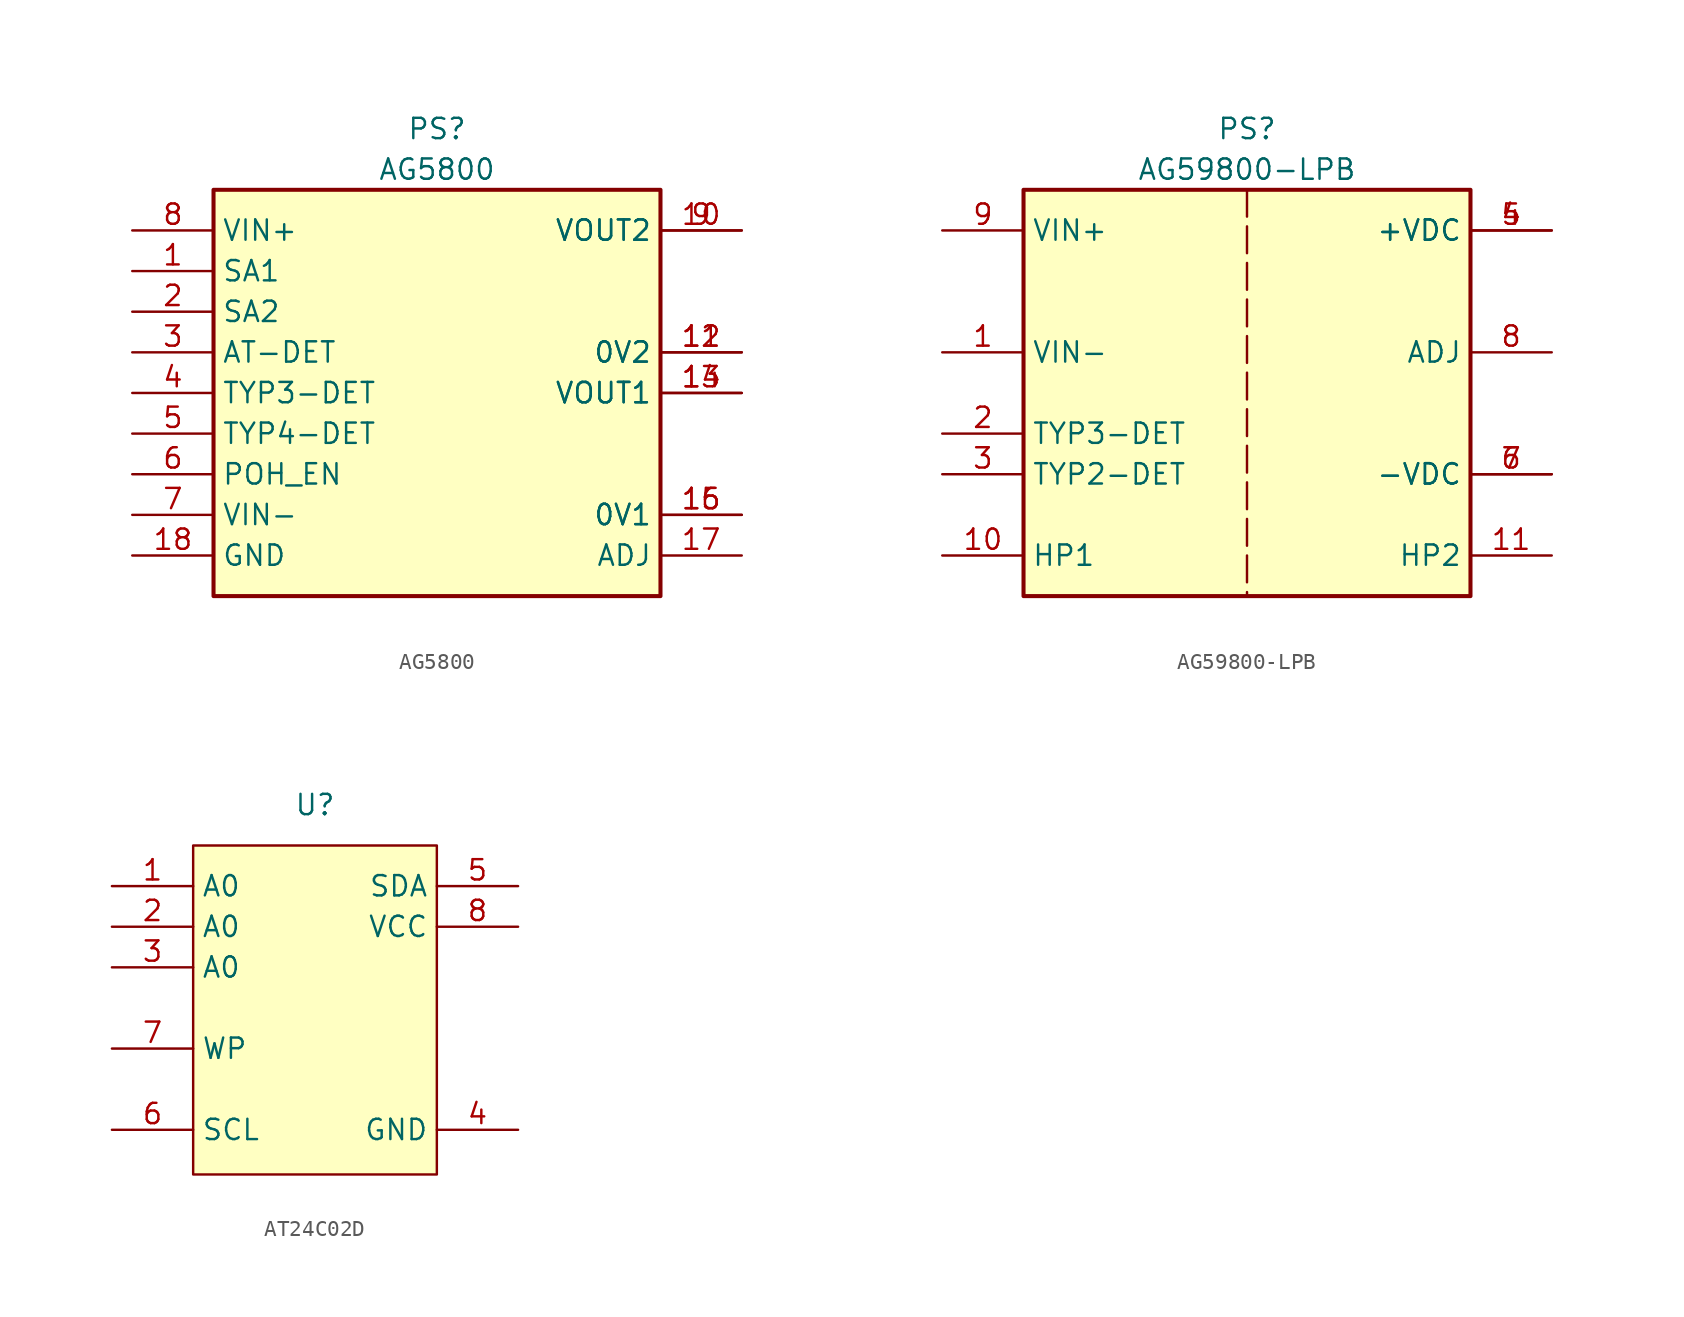
<source format=kicad_sym>
(kicad_symbol_lib
  (version 20241209)
  (generator "kicad_symbol_editor")
  (generator_version "9.0")
  (symbol "AG5800"
    (property "Reference" "PS"
      (at 0 16.51 0)
      (effects (font (size 1.27 1.27))))
    (property "Value" "AG5800"
      (at 0 13.97 0)
      (effects (font (size 1.27 1.27))))
    (symbol "AG5800_1_1"
      (rectangle (start -13.97 12.7) (end 13.97 -12.7) (stroke (width 0.254) (type default)) (fill (type background)))
      (pin power_in line (at -19.05 10.16 0) (length 5.08) (name "VIN+" (effects (font (size 1.27 1.27)))) (number "8" (effects (font (size 1.27 1.27)))))
      (pin input line (at -19.05 7.62 0) (length 5.08) (name "SA1" (effects (font (size 1.27 1.27)))) (number "1" (effects (font (size 1.27 1.27)))))
      (pin input line (at -19.05 5.08 0) (length 5.08) (name "SA2" (effects (font (size 1.27 1.27)))) (number "2" (effects (font (size 1.27 1.27)))))
      (pin output line (at -19.05 2.54 0) (length 5.08) (name "AT-DET" (effects (font (size 1.27 1.27)))) (number "3" (effects (font (size 1.27 1.27)))))
      (pin output line (at -19.05 0 0) (length 5.08) (name "TYP3-DET" (effects (font (size 1.27 1.27)))) (number "4" (effects (font (size 1.27 1.27)))))
      (pin output line (at -19.05 -2.54 0) (length 5.08) (name "TYP4-DET" (effects (font (size 1.27 1.27)))) (number "5" (effects (font (size 1.27 1.27)))))
      (pin input line (at -19.05 -5.08 0) (length 5.08) (name "POH_EN" (effects (font (size 1.27 1.27)))) (number "6" (effects (font (size 1.27 1.27)))))
      (pin power_in line (at -19.05 -7.62 0) (length 5.08) (name "VIN-" (effects (font (size 1.27 1.27)))) (number "7" (effects (font (size 1.27 1.27)))))
      (pin power_in line (at -19.05 -10.16 0) (length 5.08) (name "GND" (effects (font (size 1.27 1.27)))) (number "18" (effects (font (size 1.27 1.27)))))
      (pin power_out line (at 19.05 10.16 180) (length 5.08) (name "VOUT2" (effects (font (size 1.27 1.27)))) (number "10" (effects (font (size 1.27 1.27)))))
      (pin power_out line (at 19.05 10.16 180) (length 5.08) (name "VOUT2" (effects (font (size 1.27 1.27)))) (number "9" (effects (font (size 1.27 1.27)))))
      (pin power_out line (at 19.05 2.54 180) (length 5.08) (name "0V2" (effects (font (size 1.27 1.27)))) (number "11" (effects (font (size 1.27 1.27)))))
      (pin power_out line (at 19.05 2.54 180) (length 5.08) (name "0V2" (effects (font (size 1.27 1.27)))) (number "12" (effects (font (size 1.27 1.27)))))
      (pin power_out line (at 19.05 0 180) (length 5.08) (name "VOUT1" (effects (font (size 1.27 1.27)))) (number "13" (effects (font (size 1.27 1.27)))))
      (pin power_out line (at 19.05 0 180) (length 5.08) (name "VOUT1" (effects (font (size 1.27 1.27)))) (number "14" (effects (font (size 1.27 1.27)))))
      (pin power_out line (at 19.05 -7.62 180) (length 5.08) (name "0V1" (effects (font (size 1.27 1.27)))) (number "15" (effects (font (size 1.27 1.27)))))
      (pin power_out line (at 19.05 -7.62 180) (length 5.08) (name "0V1" (effects (font (size 1.27 1.27)))) (number "16" (effects (font (size 1.27 1.27)))))
      (pin input line (at 19.05 -10.16 180) (length 5.08) (name "ADJ" (effects (font (size 1.27 1.27)))) (number "17" (effects (font (size 1.27 1.27)))))))
  (symbol "AG59800-LPB"
    (property "Reference" "PS"
      (at 0 16.51 0)
      (effects (font (size 1.27 1.27))))
    (property "Value" "AG59800-LPB"
      (at 0 13.97 0)
      (effects (font (size 1.27 1.27))))
    (symbol "AG59800-LPB_1_1"
      (rectangle (start -13.97 12.7) (end 13.97 -12.7) (stroke (width 0.254) (type default)) (fill (type background)))
      (polyline (pts (xy 0 12.7) (xy 0 -12.7)) (stroke (width 0) (type dash)) (fill (type none)))
      (pin power_in line (at -19.05 10.16 0) (length 5.08) (name "VIN+" (effects (font (size 1.27 1.27)))) (number "9" (effects (font (size 1.27 1.27)))))
      (pin power_in line (at -19.05 2.54 0) (length 5.08) (name "VIN-" (effects (font (size 1.27 1.27)))) (number "1" (effects (font (size 1.27 1.27)))))
      (pin output line (at -19.05 -2.54 0) (length 5.08) (name "TYP3-DET" (effects (font (size 1.27 1.27)))) (number "2" (effects (font (size 1.27 1.27)))))
      (pin output line (at -19.05 -5.08 0) (length 5.08) (name "TYP2-DET" (effects (font (size 1.27 1.27)))) (number "3" (effects (font (size 1.27 1.27)))))
      (pin power_in line (at -19.05 -10.16 0) (length 5.08) (name "HP1" (effects (font (size 1.27 1.27)))) (number "10" (effects (font (size 1.27 1.27)))))
      (pin power_out line (at 19.05 10.16 180) (length 5.08) (name "+VDC" (effects (font (size 1.27 1.27)))) (number "4" (effects (font (size 1.27 1.27)))))
      (pin power_out line (at 19.05 10.16 180) (length 5.08) (name "+VDC" (effects (font (size 1.27 1.27)))) (number "5" (effects (font (size 1.27 1.27)))))
      (pin input line (at 19.05 2.54 180) (length 5.08) (name "ADJ" (effects (font (size 1.27 1.27)))) (number "8" (effects (font (size 1.27 1.27)))))
      (pin power_out line (at 19.05 -5.08 180) (length 5.08) (name "-VDC" (effects (font (size 1.27 1.27)))) (number "6" (effects (font (size 1.27 1.27)))))
      (pin power_out line (at 19.05 -5.08 180) (length 5.08) (name "-VDC" (effects (font (size 1.27 1.27)))) (number "7" (effects (font (size 1.27 1.27)))))
      (pin power_in line (at 19.05 -10.16 180) (length 5.08) (name "HP2" (effects (font (size 1.27 1.27)))) (number "11" (effects (font (size 1.27 1.27)))))))
  (symbol "AT24C02D"
    (property "Reference" "U"
      (at 0 5.08 0)
      (effects (font (size 1.27 1.27))))
    (property "Value" ""
      (at 0 0 0)
      (effects (font (size 1.27 1.27))))
    (symbol "AT24C02D_1_1"
      (rectangle (start -7.62 2.54) (end 7.62 -18.034) (stroke (width 0) (type solid)) (fill (type background)))
      (pin input line (at -12.7 0 0) (length 5.08) (name "A0" (effects (font (size 1.27 1.27)))) (number "1" (effects (font (size 1.27 1.27)))))
      (pin input line (at -12.7 -2.54 0) (length 5.08) (name "A0" (effects (font (size 1.27 1.27)))) (number "2" (effects (font (size 1.27 1.27)))))
      (pin input line (at -12.7 -5.08 0) (length 5.08) (name "A0" (effects (font (size 1.27 1.27)))) (number "3" (effects (font (size 1.27 1.27)))))
      (pin input line (at -12.7 -10.16 0) (length 5.08) (name "WP" (effects (font (size 1.27 1.27)))) (number "7" (effects (font (size 1.27 1.27)))))
      (pin input line (at -12.7 -15.24 0) (length 5.08) (name "SCL" (effects (font (size 1.27 1.27)))) (number "6" (effects (font (size 1.27 1.27)))))
      (pin input line (at 12.7 0 180) (length 5.08) (name "SDA" (effects (font (size 1.27 1.27)))) (number "5" (effects (font (size 1.27 1.27)))))
      (pin input line (at 12.7 -2.54 180) (length 5.08) (name "VCC" (effects (font (size 1.27 1.27)))) (number "8" (effects (font (size 1.27 1.27)))))
      (pin input line (at 12.7 -15.24 180) (length 5.08) (name "GND" (effects (font (size 1.27 1.27)))) (number "4" (effects (font (size 1.27 1.27))))))))
</source>
